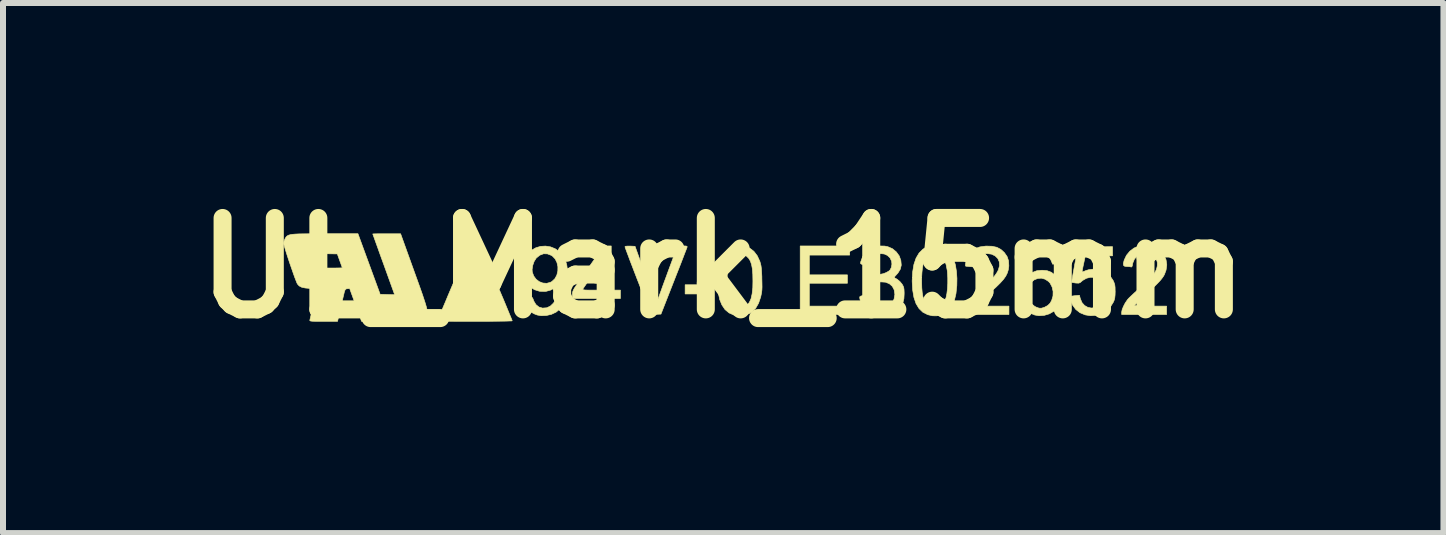
<source format=kicad_pcb>
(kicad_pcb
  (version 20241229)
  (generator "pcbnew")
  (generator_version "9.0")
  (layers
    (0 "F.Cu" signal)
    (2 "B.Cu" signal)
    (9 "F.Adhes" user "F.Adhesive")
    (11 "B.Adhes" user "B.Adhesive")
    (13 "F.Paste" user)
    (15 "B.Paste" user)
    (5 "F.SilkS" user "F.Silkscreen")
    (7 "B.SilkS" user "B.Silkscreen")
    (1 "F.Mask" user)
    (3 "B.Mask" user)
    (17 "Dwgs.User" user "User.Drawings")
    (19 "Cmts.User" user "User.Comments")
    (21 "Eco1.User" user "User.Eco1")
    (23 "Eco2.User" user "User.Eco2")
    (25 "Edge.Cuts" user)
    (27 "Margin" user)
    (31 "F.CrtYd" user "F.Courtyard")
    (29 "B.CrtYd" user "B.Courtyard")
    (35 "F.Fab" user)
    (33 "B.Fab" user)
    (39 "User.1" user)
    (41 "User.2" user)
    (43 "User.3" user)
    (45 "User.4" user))
  (footprint "UL_Mark_15mm"
    (layer "F.Cu")
    (at 9.006 1.418)
    (property "Reference" "UL_Mark_15mm" (at 0 0 0) (layer "F.SilkS") (effects (font (size 1.524 1.524) (thickness 0.3))))
    (attr through_hole)
    (fp_poly (pts (xy -0.203 0.432) (xy -0.635 0.432) (xy -0.635 0.279) (xy -0.203 0.279) (xy -0.203 0.432)) (stroke (width 0.01) (type solid)) (fill yes) (layer "F.SilkS"))
    (fp_poly (pts (xy 2.108 -0.216) (xy 1.435 -0.216) (xy 1.435 0.114) (xy 2.07 0.114) (xy 2.07 0.254) (xy 1.435 0.254) (xy 1.435 0.635) (xy 2.134 0.635) (xy 2.134 0.775) (xy 1.283 0.775) (xy 1.283 -0.368) (xy 2.108 -0.368) (xy 2.108 -0.216)) (stroke (width 0.01) (type solid)) (fill yes) (layer "F.SilkS"))
    (fp_poly (pts (xy -1.867 0.368) (xy -1.714 0.368) (xy -1.714 0.508) (xy -1.867 0.508) (xy -1.867 0.775) (xy -2.019 0.775) (xy -2.019 0.508) (xy -2.515 0.508) (xy -2.514 0.441) (xy -2.514 0.423) (xy -2.512 0.407) (xy -2.507 0.389) (xy -2.498 0.367) (xy -2.49 0.352) (xy -2.341 0.352) (xy -2.34 0.359) (xy -2.324 0.364) (xy -2.292 0.367) (xy -2.239 0.368) (xy -2.185 0.368) (xy -2.019 0.368) (xy -2.019 0.131) (xy -2.02 0.05) (xy -2.022 -0.016) (xy -2.024 -0.063) (xy -2.027 -0.09) (xy -2.031 -0.095) (xy -2.041 -0.081) (xy -2.062 -0.051) (xy -2.093 -0.008) (xy -2.13 0.045) (xy -2.171 0.103) (xy -2.212 0.164) (xy -2.252 0.221) (xy -2.288 0.273) (xy -2.317 0.315) (xy -2.336 0.344) (xy -2.341 0.352) (xy -2.49 0.352) (xy -2.483 0.339) (xy -2.46 0.304) (xy -2.429 0.257) (xy -2.389 0.198) (xy -2.336 0.123) (xy -2.271 0.03) (xy -2.252 0.003) (xy -1.991 -0.368) (xy -1.867 -0.368) (xy -1.867 0.368)) (stroke (width 0.01) (type solid)) (fill yes) (layer "F.SilkS"))
    (fp_poly (pts (xy -4.133 -0.573) (xy -4.119 -0.541) (xy -4.096 -0.49) (xy -4.067 -0.423) (xy -4.032 -0.342) (xy -3.993 -0.25) (xy -3.949 -0.149) (xy -3.903 -0.041) (xy -3.856 0.071) (xy -3.808 0.184) (xy -3.76 0.296) (xy -3.714 0.406) (xy -3.67 0.509) (xy -3.63 0.605) (xy -3.595 0.69) (xy -3.565 0.763) (xy -3.541 0.82) (xy -3.525 0.859) (xy -3.518 0.878) (xy -3.518 0.88) (xy -3.53 0.882) (xy -3.565 0.883) (xy -3.621 0.885) (xy -3.695 0.886) (xy -3.785 0.887) (xy -3.888 0.888) (xy -4.001 0.889) (xy -4.124 0.889) (xy -4.142 0.889) (xy -4.284 0.889) (xy -4.402 0.889) (xy -4.5 0.888) (xy -4.578 0.888) (xy -4.639 0.887) (xy -4.684 0.885) (xy -4.717 0.883) (xy -4.739 0.881) (xy -4.751 0.878) (xy -4.757 0.874) (xy -4.758 0.869) (xy -4.757 0.867) (xy -4.746 0.84) (xy -4.727 0.794) (xy -4.701 0.731) (xy -4.669 0.653) (xy -4.631 0.564) (xy -4.59 0.465) (xy -4.545 0.359) (xy -4.498 0.249) (xy -4.45 0.136) (xy -4.402 0.024) (xy -4.355 -0.086) (xy -4.31 -0.191) (xy -4.268 -0.289) (xy -4.231 -0.377) (xy -4.198 -0.452) (xy -4.172 -0.513) (xy -4.153 -0.556) (xy -4.142 -0.58) (xy -4.139 -0.584) (xy -4.133 -0.573)) (stroke (width 0.01) (type solid)) (fill yes) (layer "F.SilkS"))
    (fp_poly (pts (xy -0.633 -0.368) (xy -0.609 -0.364) (xy -0.601 -0.357) (xy -0.603 -0.346) (xy -0.609 -0.33) (xy -0.623 -0.293) (xy -0.645 -0.237) (xy -0.673 -0.164) (xy -0.706 -0.078) (xy -0.744 0.019) (xy -0.786 0.125) (xy -0.824 0.222) (xy -1.038 0.768) (xy -1.122 0.772) (xy -1.168 0.774) (xy -1.194 0.771) (xy -1.208 0.764) (xy -1.217 0.748) (xy -1.22 0.74) (xy -1.227 0.721) (xy -1.243 0.681) (xy -1.266 0.623) (xy -1.294 0.548) (xy -1.328 0.46) (xy -1.366 0.362) (xy -1.407 0.255) (xy -1.436 0.181) (xy -1.478 0.072) (xy -1.517 -0.03) (xy -1.553 -0.123) (xy -1.583 -0.204) (xy -1.608 -0.27) (xy -1.626 -0.319) (xy -1.636 -0.348) (xy -1.638 -0.356) (xy -1.626 -0.363) (xy -1.591 -0.366) (xy -1.554 -0.366) (xy -1.47 -0.362) (xy -1.344 -0.013) (xy -1.309 0.085) (xy -1.274 0.183) (xy -1.241 0.276) (xy -1.211 0.36) (xy -1.187 0.429) (xy -1.17 0.479) (xy -1.148 0.539) (xy -1.134 0.577) (xy -1.123 0.596) (xy -1.117 0.599) (xy -1.112 0.589) (xy -1.106 0.572) (xy -1.093 0.534) (xy -1.073 0.48) (xy -1.048 0.411) (xy -1.019 0.331) (xy -0.987 0.243) (xy -0.953 0.151) (xy -0.919 0.058) (xy -0.885 -0.034) (xy -0.853 -0.12) (xy -0.824 -0.198) (xy -0.799 -0.264) (xy -0.78 -0.316) (xy -0.768 -0.346) (xy -0.758 -0.359) (xy -0.737 -0.365) (xy -0.699 -0.368) (xy -0.677 -0.368) (xy -0.633 -0.368)) (stroke (width 0.01) (type solid)) (fill yes) (layer "F.SilkS"))
    (fp_poly (pts (xy 4.479 -0.363) (xy 4.56 -0.346) (xy 4.627 -0.311) (xy 4.686 -0.258) (xy 4.686 -0.258) (xy 4.732 -0.192) (xy 4.756 -0.121) (xy 4.761 -0.038) (xy 4.76 -0.025) (xy 4.752 0.03) (xy 4.736 0.082) (xy 4.71 0.135) (xy 4.671 0.19) (xy 4.617 0.25) (xy 4.547 0.319) (xy 4.459 0.399) (xy 4.439 0.416) (xy 4.384 0.465) (xy 4.332 0.511) (xy 4.289 0.552) (xy 4.259 0.582) (xy 4.25 0.592) (xy 4.214 0.635) (xy 4.763 0.635) (xy 4.763 0.775) (xy 4.013 0.775) (xy 4.013 0.736) (xy 4.021 0.683) (xy 4.044 0.627) (xy 4.083 0.565) (xy 4.142 0.496) (xy 4.219 0.418) (xy 4.314 0.333) (xy 4.393 0.264) (xy 4.454 0.207) (xy 4.501 0.159) (xy 4.536 0.116) (xy 4.563 0.076) (xy 4.585 0.035) (xy 4.587 0.03) (xy 4.606 -0.039) (xy 4.602 -0.103) (xy 4.577 -0.159) (xy 4.533 -0.202) (xy 4.474 -0.231) (xy 4.4 -0.241) (xy 4.334 -0.23) (xy 4.275 -0.201) (xy 4.229 -0.156) (xy 4.199 -0.1) (xy 4.191 -0.049) (xy 4.19 -0.031) (xy 4.181 -0.022) (xy 4.16 -0.02) (xy 4.121 -0.023) (xy 4.118 -0.023) (xy 4.078 -0.027) (xy 4.049 -0.03) (xy 4.04 -0.033) (xy 4.037 -0.051) (xy 4.042 -0.085) (xy 4.054 -0.128) (xy 4.071 -0.173) (xy 4.091 -0.213) (xy 4.093 -0.216) (xy 4.142 -0.279) (xy 4.203 -0.324) (xy 4.278 -0.352) (xy 4.372 -0.365) (xy 4.381 -0.366) (xy 4.479 -0.363)) (stroke (width 0.01) (type solid)) (fill yes) (layer "F.SilkS"))
    (fp_poly (pts (xy 3.612 -0.359) (xy 3.628 -0.355) (xy 3.689 -0.327) (xy 3.749 -0.28) (xy 3.801 -0.22) (xy 3.84 -0.153) (xy 3.846 -0.138) (xy 3.871 -0.048) (xy 3.888 0.058) (xy 3.896 0.174) (xy 3.894 0.292) (xy 3.88 0.426) (xy 3.854 0.538) (xy 3.815 0.629) (xy 3.764 0.7) (xy 3.699 0.751) (xy 3.631 0.78) (xy 3.556 0.797) (xy 3.488 0.796) (xy 3.415 0.779) (xy 3.404 0.775) (xy 3.327 0.736) (xy 3.264 0.675) (xy 3.214 0.593) (xy 3.179 0.49) (xy 3.158 0.366) (xy 3.151 0.244) (xy 3.308 0.244) (xy 3.31 0.33) (xy 3.317 0.408) (xy 3.327 0.469) (xy 3.331 0.485) (xy 3.362 0.559) (xy 3.405 0.617) (xy 3.457 0.654) (xy 3.46 0.655) (xy 3.506 0.67) (xy 3.546 0.669) (xy 3.586 0.656) (xy 3.639 0.621) (xy 3.683 0.565) (xy 3.714 0.494) (xy 3.715 0.492) (xy 3.728 0.428) (xy 3.738 0.347) (xy 3.743 0.256) (xy 3.743 0.164) (xy 3.738 0.077) (xy 3.735 0.044) (xy 3.716 -0.054) (xy 3.689 -0.129) (xy 3.653 -0.184) (xy 3.605 -0.219) (xy 3.546 -0.237) (xy 3.538 -0.238) (xy 3.475 -0.235) (xy 3.423 -0.211) (xy 3.38 -0.165) (xy 3.345 -0.095) (xy 3.332 -0.057) (xy 3.321 -0.002) (xy 3.313 0.071) (xy 3.308 0.155) (xy 3.308 0.244) (xy 3.151 0.244) (xy 3.15 0.22) (xy 3.15 0.21) (xy 3.158 0.064) (xy 3.179 -0.061) (xy 3.215 -0.166) (xy 3.265 -0.25) (xy 3.328 -0.313) (xy 3.369 -0.339) (xy 3.418 -0.355) (xy 3.482 -0.364) (xy 3.55 -0.366) (xy 3.612 -0.359)) (stroke (width 0.01) (type solid)) (fill yes) (layer "F.SilkS"))
    (fp_poly (pts (xy 6.49 -0.203) (xy 6.036 -0.203) (xy 6.009 -0.076) (xy 5.997 -0.021) (xy 5.988 0.024) (xy 5.983 0.054) (xy 5.982 0.062) (xy 5.992 0.064) (xy 6.017 0.055) (xy 6.036 0.046) (xy 6.089 0.029) (xy 6.156 0.02) (xy 6.227 0.021) (xy 6.291 0.03) (xy 6.326 0.041) (xy 6.394 0.082) (xy 6.456 0.143) (xy 6.5 0.208) (xy 6.516 0.245) (xy 6.527 0.279) (xy 6.532 0.32) (xy 6.533 0.376) (xy 6.534 0.387) (xy 6.532 0.451) (xy 6.527 0.498) (xy 6.517 0.537) (xy 6.505 0.566) (xy 6.455 0.647) (xy 6.388 0.712) (xy 6.308 0.76) (xy 6.219 0.788) (xy 6.124 0.795) (xy 6.034 0.781) (xy 5.947 0.745) (xy 5.877 0.69) (xy 5.824 0.618) (xy 5.797 0.551) (xy 5.787 0.512) (xy 5.782 0.484) (xy 5.783 0.474) (xy 5.798 0.47) (xy 5.831 0.465) (xy 5.863 0.461) (xy 5.938 0.454) (xy 5.953 0.511) (xy 5.981 0.577) (xy 6.024 0.625) (xy 6.077 0.655) (xy 6.136 0.667) (xy 6.197 0.66) (xy 6.256 0.635) (xy 6.309 0.591) (xy 6.351 0.531) (xy 6.369 0.474) (xy 6.376 0.406) (xy 6.371 0.337) (xy 6.355 0.276) (xy 6.35 0.267) (xy 6.31 0.213) (xy 6.255 0.176) (xy 6.19 0.156) (xy 6.122 0.154) (xy 6.054 0.171) (xy 5.993 0.206) (xy 5.973 0.223) (xy 5.95 0.243) (xy 5.926 0.252) (xy 5.893 0.251) (xy 5.876 0.25) (xy 5.839 0.244) (xy 5.814 0.24) (xy 5.809 0.238) (xy 5.81 0.225) (xy 5.815 0.19) (xy 5.824 0.138) (xy 5.836 0.071) (xy 5.85 -0.007) (xy 5.859 -0.058) (xy 5.914 -0.349) (xy 6.202 -0.353) (xy 6.49 -0.356) (xy 6.49 -0.203)) (stroke (width 0.01) (type solid)) (fill yes) (layer "F.SilkS"))
    (fp_poly (pts (xy 7.1 -0.361) (xy 7.146 -0.358) (xy 7.179 -0.352) (xy 7.207 -0.341) (xy 7.22 -0.334) (xy 7.294 -0.281) (xy 7.349 -0.214) (xy 7.382 -0.137) (xy 7.394 -0.053) (xy 7.382 0.035) (xy 7.354 0.11) (xy 7.338 0.138) (xy 7.317 0.168) (xy 7.29 0.202) (xy 7.255 0.24) (xy 7.209 0.287) (xy 7.15 0.344) (xy 7.076 0.413) (xy 6.985 0.496) (xy 6.981 0.499) (xy 6.935 0.542) (xy 6.897 0.579) (xy 6.87 0.607) (xy 6.858 0.622) (xy 6.858 0.623) (xy 6.87 0.627) (xy 6.905 0.63) (xy 6.959 0.633) (xy 7.03 0.634) (xy 7.115 0.635) (xy 7.125 0.635) (xy 7.391 0.635) (xy 7.391 0.775) (xy 6.642 0.775) (xy 6.642 0.735) (xy 6.65 0.694) (xy 6.671 0.641) (xy 6.701 0.583) (xy 6.738 0.529) (xy 6.74 0.526) (xy 6.761 0.503) (xy 6.797 0.468) (xy 6.845 0.423) (xy 6.901 0.372) (xy 6.953 0.326) (xy 7.041 0.247) (xy 7.109 0.18) (xy 7.161 0.122) (xy 7.198 0.071) (xy 7.221 0.024) (xy 7.233 -0.021) (xy 7.236 -0.041) (xy 7.237 -0.088) (xy 7.229 -0.122) (xy 7.211 -0.152) (xy 7.163 -0.202) (xy 7.1 -0.232) (xy 7.032 -0.241) (xy 6.96 -0.23) (xy 6.899 -0.199) (xy 6.855 -0.149) (xy 6.828 -0.085) (xy 6.825 -0.069) (xy 6.818 -0.033) (xy 6.808 -0.018) (xy 6.798 -0.018) (xy 6.774 -0.023) (xy 6.738 -0.025) (xy 6.73 -0.025) (xy 6.694 -0.029) (xy 6.674 -0.043) (xy 6.67 -0.072) (xy 6.68 -0.117) (xy 6.686 -0.136) (xy 6.722 -0.212) (xy 6.778 -0.28) (xy 6.846 -0.332) (xy 6.851 -0.334) (xy 6.879 -0.347) (xy 6.909 -0.356) (xy 6.949 -0.36) (xy 7.004 -0.362) (xy 7.036 -0.362) (xy 7.1 -0.361)) (stroke (width 0.01) (type solid)) (fill yes) (layer "F.SilkS"))
    (fp_poly (pts (xy 0.337 -0.361) (xy 0.378 -0.356) (xy 0.411 -0.346) (xy 0.444 -0.33) (xy 0.511 -0.278) (xy 0.567 -0.205) (xy 0.61 -0.112) (xy 0.61 -0.112) (xy 0.621 -0.075) (xy 0.63 -0.037) (xy 0.636 0.009) (xy 0.64 0.068) (xy 0.644 0.144) (xy 0.644 0.173) (xy 0.646 0.254) (xy 0.647 0.316) (xy 0.645 0.365) (xy 0.64 0.407) (xy 0.632 0.448) (xy 0.624 0.484) (xy 0.589 0.587) (xy 0.542 0.669) (xy 0.482 0.73) (xy 0.446 0.754) (xy 0.369 0.783) (xy 0.284 0.795) (xy 0.2 0.789) (xy 0.177 0.784) (xy 0.097 0.748) (xy 0.03 0.692) (xy -0.022 0.615) (xy -0.058 0.527) (xy -0.076 0.444) (xy -0.087 0.346) (xy -0.092 0.24) (xy -0.092 0.215) (xy 0.064 0.215) (xy 0.067 0.336) (xy 0.078 0.436) (xy 0.097 0.515) (xy 0.124 0.575) (xy 0.162 0.619) (xy 0.208 0.649) (xy 0.244 0.663) (xy 0.272 0.672) (xy 0.279 0.673) (xy 0.302 0.668) (xy 0.337 0.655) (xy 0.351 0.649) (xy 0.399 0.618) (xy 0.436 0.572) (xy 0.464 0.51) (xy 0.482 0.429) (xy 0.493 0.327) (xy 0.495 0.219) (xy 0.493 0.106) (xy 0.486 0.014) (xy 0.472 -0.06) (xy 0.452 -0.117) (xy 0.424 -0.163) (xy 0.386 -0.2) (xy 0.368 -0.214) (xy 0.333 -0.233) (xy 0.298 -0.239) (xy 0.261 -0.238) (xy 0.22 -0.231) (xy 0.191 -0.218) (xy 0.161 -0.191) (xy 0.15 -0.179) (xy 0.118 -0.133) (xy 0.094 -0.077) (xy 0.077 -0.008) (xy 0.068 0.079) (xy 0.064 0.187) (xy 0.064 0.215) (xy -0.092 0.215) (xy -0.09 0.133) (xy -0.082 0.032) (xy -0.068 -0.057) (xy -0.05 -0.12) (xy -0.007 -0.207) (xy 0.048 -0.278) (xy 0.113 -0.329) (xy 0.115 -0.33) (xy 0.148 -0.347) (xy 0.181 -0.356) (xy 0.223 -0.361) (xy 0.279 -0.362) (xy 0.337 -0.361)) (stroke (width 0.01) (type solid)) (fill yes) (layer "F.SilkS"))
    (fp_poly (pts (xy 5.352 -0.365) (xy 5.423 -0.353) (xy 5.433 -0.35) (xy 5.501 -0.315) (xy 5.56 -0.26) (xy 5.603 -0.192) (xy 5.619 -0.151) (xy 5.629 -0.114) (xy 5.635 -0.089) (xy 5.636 -0.082) (xy 5.622 -0.08) (xy 5.591 -0.075) (xy 5.562 -0.072) (xy 5.491 -0.064) (xy 5.465 -0.127) (xy 5.43 -0.186) (xy 5.385 -0.222) (xy 5.327 -0.238) (xy 5.288 -0.238) (xy 5.217 -0.221) (xy 5.159 -0.183) (xy 5.113 -0.123) (xy 5.079 -0.041) (xy 5.058 0.063) (xy 5.055 0.086) (xy 5.047 0.165) (xy 5.092 0.121) (xy 5.156 0.073) (xy 5.228 0.045) (xy 5.314 0.037) (xy 5.315 0.037) (xy 5.398 0.044) (xy 5.468 0.07) (xy 5.532 0.117) (xy 5.547 0.13) (xy 5.6 0.199) (xy 5.635 0.281) (xy 5.651 0.371) (xy 5.649 0.463) (xy 5.628 0.554) (xy 5.588 0.637) (xy 5.569 0.664) (xy 5.51 0.721) (xy 5.435 0.764) (xy 5.351 0.789) (xy 5.264 0.795) (xy 5.192 0.783) (xy 5.104 0.746) (xy 5.03 0.688) (xy 4.972 0.61) (xy 4.935 0.527) (xy 4.923 0.48) (xy 4.915 0.421) (xy 5.07 0.421) (xy 5.072 0.441) (xy 5.094 0.524) (xy 5.134 0.59) (xy 5.192 0.639) (xy 5.22 0.653) (xy 5.265 0.669) (xy 5.303 0.67) (xy 5.347 0.657) (xy 5.356 0.654) (xy 5.411 0.624) (xy 5.449 0.586) (xy 5.475 0.54) (xy 5.497 0.467) (xy 5.499 0.391) (xy 5.483 0.318) (xy 5.45 0.254) (xy 5.423 0.224) (xy 5.365 0.186) (xy 5.303 0.169) (xy 5.243 0.174) (xy 5.186 0.196) (xy 5.137 0.234) (xy 5.099 0.285) (xy 5.075 0.349) (xy 5.07 0.421) (xy 4.915 0.421) (xy 4.914 0.415) (xy 4.908 0.337) (xy 4.904 0.254) (xy 4.904 0.171) (xy 4.907 0.096) (xy 4.913 0.035) (xy 4.914 0.032) (xy 4.943 -0.084) (xy 4.986 -0.183) (xy 5.043 -0.262) (xy 5.113 -0.32) (xy 5.136 -0.333) (xy 5.198 -0.354) (xy 5.273 -0.366) (xy 5.352 -0.365)) (stroke (width 0.01) (type solid)) (fill yes) (layer "F.SilkS"))
    (fp_poly (pts (xy -2.88 -0.353) (xy -2.802 -0.322) (xy -2.732 -0.274) (xy -2.674 -0.208) (xy -2.648 -0.165) (xy -2.625 -0.111) (xy -2.608 -0.05) (xy -2.598 0.021) (xy -2.592 0.108) (xy -2.591 0.194) (xy -2.595 0.319) (xy -2.606 0.424) (xy -2.626 0.511) (xy -2.656 0.585) (xy -2.696 0.65) (xy -2.725 0.685) (xy -2.786 0.735) (xy -2.862 0.771) (xy -2.947 0.791) (xy -3.034 0.795) (xy -3.101 0.783) (xy -3.148 0.765) (xy -3.194 0.74) (xy -3.205 0.733) (xy -3.237 0.7) (xy -3.267 0.656) (xy -3.293 0.607) (xy -3.309 0.562) (xy -3.313 0.531) (xy -3.307 0.513) (xy -3.292 0.504) (xy -3.261 0.499) (xy -3.244 0.498) (xy -3.179 0.494) (xy -3.157 0.552) (xy -3.122 0.61) (xy -3.073 0.65) (xy -3.013 0.668) (xy -2.945 0.663) (xy -2.937 0.661) (xy -2.88 0.633) (xy -2.829 0.584) (xy -2.789 0.519) (xy -2.76 0.44) (xy -2.75 0.381) (xy -2.744 0.335) (xy -2.738 0.295) (xy -2.735 0.28) (xy -2.729 0.248) (xy -2.756 0.283) (xy -2.808 0.331) (xy -2.875 0.367) (xy -2.951 0.388) (xy -2.97 0.39) (xy -3.063 0.387) (xy -3.147 0.361) (xy -3.219 0.313) (xy -3.277 0.244) (xy -3.298 0.206) (xy -3.316 0.166) (xy -3.327 0.131) (xy -3.332 0.09) (xy -3.334 0.036) (xy -3.334 0.025) (xy -3.186 0.025) (xy -3.183 0.067) (xy -3.159 0.133) (xy -3.119 0.187) (xy -3.067 0.227) (xy -3.007 0.25) (xy -2.943 0.255) (xy -2.882 0.239) (xy -2.856 0.225) (xy -2.807 0.179) (xy -2.774 0.119) (xy -2.757 0.05) (xy -2.756 -0.021) (xy -2.771 -0.09) (xy -2.801 -0.151) (xy -2.847 -0.199) (xy -2.863 -0.21) (xy -2.93 -0.236) (xy -2.995 -0.238) (xy -3.058 -0.214) (xy -3.116 -0.167) (xy -3.12 -0.161) (xy -3.153 -0.108) (xy -3.176 -0.042) (xy -3.186 0.025) (xy -3.334 0.025) (xy -3.334 0.019) (xy -3.332 -0.045) (xy -3.326 -0.092) (xy -3.315 -0.132) (xy -3.303 -0.162) (xy -3.257 -0.239) (xy -3.195 -0.297) (xy -3.123 -0.338) (xy -3.045 -0.361) (xy -2.962 -0.366) (xy -2.88 -0.353)) (stroke (width 0.01) (type solid)) (fill yes) (layer "F.SilkS"))
    (fp_poly (pts (xy 2.692 -0.366) (xy 2.745 -0.355) (xy 2.821 -0.322) (xy 2.885 -0.269) (xy 2.934 -0.202) (xy 2.961 -0.126) (xy 2.968 -0.048) (xy 2.952 0.019) (xy 2.914 0.081) (xy 2.893 0.105) (xy 2.867 0.133) (xy 2.852 0.154) (xy 2.852 0.161) (xy 2.898 0.186) (xy 2.945 0.225) (xy 2.981 0.268) (xy 2.998 0.298) (xy 3.009 0.325) (xy 3.014 0.359) (xy 3.016 0.406) (xy 3.016 0.431) (xy 3.012 0.51) (xy 2.997 0.572) (xy 2.968 0.625) (xy 2.923 0.677) (xy 2.913 0.688) (xy 2.865 0.728) (xy 2.82 0.756) (xy 2.77 0.772) (xy 2.706 0.781) (xy 2.654 0.784) (xy 2.593 0.785) (xy 2.549 0.783) (xy 2.515 0.776) (xy 2.483 0.765) (xy 2.477 0.762) (xy 2.398 0.713) (xy 2.337 0.648) (xy 2.295 0.571) (xy 2.279 0.518) (xy 2.275 0.494) (xy 2.277 0.478) (xy 2.29 0.469) (xy 2.317 0.461) (xy 2.364 0.453) (xy 2.376 0.451) (xy 2.404 0.448) (xy 2.42 0.454) (xy 2.43 0.474) (xy 2.439 0.503) (xy 2.468 0.569) (xy 2.514 0.621) (xy 2.57 0.654) (xy 2.634 0.668) (xy 2.689 0.661) (xy 2.76 0.63) (xy 2.814 0.582) (xy 2.848 0.518) (xy 2.861 0.442) (xy 2.861 0.437) (xy 2.85 0.364) (xy 2.819 0.305) (xy 2.77 0.262) (xy 2.706 0.236) (xy 2.629 0.231) (xy 2.627 0.231) (xy 2.553 0.237) (xy 2.553 0.185) (xy 2.556 0.142) (xy 2.567 0.119) (xy 2.593 0.107) (xy 2.621 0.104) (xy 2.671 0.094) (xy 2.721 0.074) (xy 2.763 0.049) (xy 2.78 0.034) (xy 2.803 -0.01) (xy 2.812 -0.065) (xy 2.807 -0.114) (xy 2.78 -0.17) (xy 2.738 -0.21) (xy 2.685 -0.234) (xy 2.627 -0.24) (xy 2.569 -0.228) (xy 2.516 -0.197) (xy 2.496 -0.176) (xy 2.471 -0.138) (xy 2.451 -0.094) (xy 2.449 -0.088) (xy 2.436 -0.054) (xy 2.42 -0.043) (xy 2.414 -0.043) (xy 2.389 -0.049) (xy 2.352 -0.055) (xy 2.339 -0.057) (xy 2.305 -0.064) (xy 2.291 -0.073) (xy 2.29 -0.091) (xy 2.293 -0.106) (xy 2.323 -0.188) (xy 2.372 -0.257) (xy 2.437 -0.311) (xy 2.515 -0.349) (xy 2.601 -0.368) (xy 2.692 -0.366)) (stroke (width 0.01) (type solid)) (fill yes) (layer "F.SilkS"))
    (fp_poly (pts (xy -5.904 -0.067) (xy -5.719 0.438) (xy -5.598 0.442) (xy -5.477 0.445) (xy -5.659 -0.06) (xy -5.698 -0.167) (xy -5.734 -0.267) (xy -5.766 -0.357) (xy -5.794 -0.434) (xy -5.816 -0.496) (xy -5.832 -0.54) (xy -5.841 -0.564) (xy -5.842 -0.568) (xy -5.83 -0.569) (xy -5.796 -0.57) (xy -5.746 -0.571) (xy -5.681 -0.571) (xy -5.61 -0.571) (xy -5.378 -0.571) (xy -5.153 0.054) (xy -5.1 0.201) (xy -5.055 0.326) (xy -5.018 0.431) (xy -4.989 0.518) (xy -4.966 0.589) (xy -4.949 0.647) (xy -4.938 0.692) (xy -4.931 0.728) (xy -4.93 0.755) (xy -4.933 0.777) (xy -4.939 0.794) (xy -4.948 0.81) (xy -4.955 0.819) (xy -4.969 0.836) (xy -4.984 0.85) (xy -5.002 0.861) (xy -5.026 0.87) (xy -5.057 0.877) (xy -5.1 0.882) (xy -5.155 0.885) (xy -5.226 0.887) (xy -5.315 0.888) (xy -5.425 0.889) (xy -5.548 0.889) (xy -6.029 0.889) (xy -6.128 0.615) (xy -6.227 0.342) (xy -6.266 0.345) (xy -6.284 0.348) (xy -6.296 0.355) (xy -6.306 0.371) (xy -6.316 0.4) (xy -6.327 0.448) (xy -6.334 0.476) (xy -6.35 0.546) (xy -6.369 0.627) (xy -6.387 0.708) (xy -6.396 0.746) (xy -6.429 0.889) (xy -6.663 0.889) (xy -6.746 0.889) (xy -6.806 0.888) (xy -6.848 0.887) (xy -6.874 0.884) (xy -6.887 0.88) (xy -6.892 0.874) (xy -6.891 0.867) (xy -6.886 0.848) (xy -6.877 0.808) (xy -6.864 0.753) (xy -6.849 0.685) (xy -6.833 0.616) (xy -6.816 0.542) (xy -6.801 0.476) (xy -6.788 0.421) (xy -6.779 0.383) (xy -6.775 0.367) (xy -6.775 0.357) (xy -6.785 0.35) (xy -6.811 0.345) (xy -6.855 0.342) (xy -6.886 0.34) (xy -6.967 0.333) (xy -7.027 0.32) (xy -7.069 0.298) (xy -7.097 0.267) (xy -7.106 0.25) (xy -7.121 0.212) (xy -7.142 0.158) (xy -7.166 0.091) (xy -7.192 0.016) (xy -7.22 -0.064) (xy -7.247 -0.144) (xy -7.272 -0.221) (xy -7.275 -0.23) (xy -6.807 -0.23) (xy -6.803 -0.213) (xy -6.792 -0.178) (xy -6.776 -0.132) (xy -6.768 -0.109) (xy -6.729 0) (xy -6.539 0) (xy -6.473 -0.000201) (xy -6.417 -0.001) (xy -6.376 -0.002) (xy -6.353 -0.003) (xy -6.35 -0.003) (xy -6.354 -0.016) (xy -6.365 -0.047) (xy -6.381 -0.091) (xy -6.392 -0.121) (xy -6.433 -0.235) (xy -6.62 -0.238) (xy -6.696 -0.239) (xy -6.754 -0.238) (xy -6.792 -0.235) (xy -6.807 -0.23) (xy -6.807 -0.23) (xy -7.275 -0.23) (xy -7.294 -0.29) (xy -7.311 -0.347) (xy -7.323 -0.389) (xy -7.328 -0.411) (xy -7.328 -0.412) (xy -7.321 -0.449) (xy -7.304 -0.489) (xy -7.302 -0.493) (xy -7.291 -0.511) (xy -7.279 -0.526) (xy -7.264 -0.538) (xy -7.244 -0.548) (xy -7.216 -0.556) (xy -7.179 -0.562) (xy -7.13 -0.566) (xy -7.066 -0.569) (xy -6.986 -0.57) (xy -6.888 -0.571) (xy -6.768 -0.571) (xy -6.639 -0.572) (xy -6.089 -0.572) (xy -5.904 -0.067)) (stroke (width 0.01) (type solid)) (fill yes) (layer "F.SilkS")))
  (gr_rect
    (start -3 -3)
    (end 21.012 5.836)
    (stroke (width 0.1) (type default))
    (fill no)
    (layer "Edge.Cuts")))
</source>
